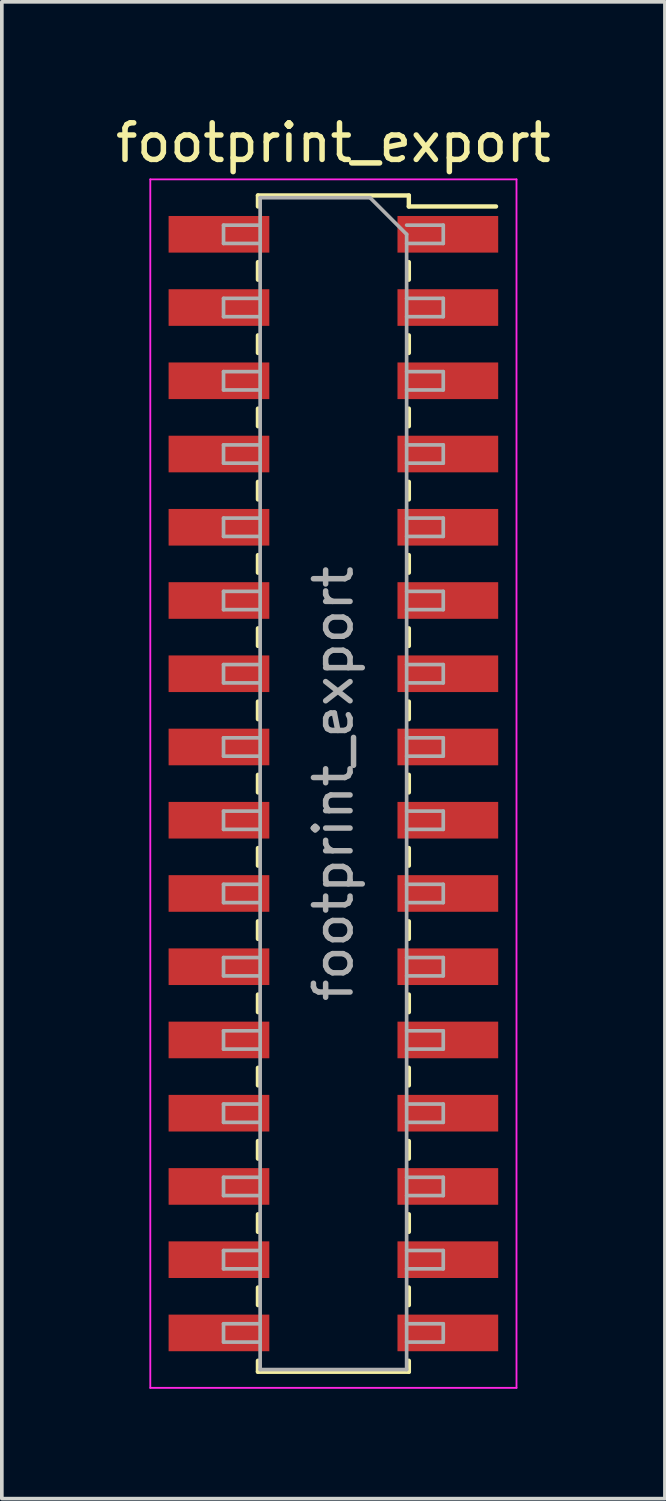
<source format=kicad_pcb>
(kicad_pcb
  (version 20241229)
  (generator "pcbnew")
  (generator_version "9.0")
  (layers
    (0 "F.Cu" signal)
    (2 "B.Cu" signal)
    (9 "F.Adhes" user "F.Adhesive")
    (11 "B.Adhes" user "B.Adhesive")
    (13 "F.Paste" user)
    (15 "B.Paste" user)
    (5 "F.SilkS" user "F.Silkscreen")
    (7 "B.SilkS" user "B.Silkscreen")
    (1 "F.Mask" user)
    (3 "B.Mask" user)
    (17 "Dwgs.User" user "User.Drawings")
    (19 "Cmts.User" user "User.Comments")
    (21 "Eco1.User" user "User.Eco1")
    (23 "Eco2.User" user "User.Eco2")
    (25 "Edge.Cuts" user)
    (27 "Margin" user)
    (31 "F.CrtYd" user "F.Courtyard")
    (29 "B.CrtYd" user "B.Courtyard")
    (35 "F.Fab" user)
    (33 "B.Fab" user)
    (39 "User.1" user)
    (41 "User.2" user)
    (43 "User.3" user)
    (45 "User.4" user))
  (footprint "footprint_export"
    (layer "F.Cu")
    (at 6.054 18.348)
    (property "Reference" "footprint_export" (at 0 -17.5 0) (layer "F.SilkS") (effects (font (size 1 1) (thickness 0.15))))
    (attr smd)
    (fp_line (start -2.06 -16.06) (end -2.06 -15.76) (stroke (width 0.12) (type solid)) (layer "F.SilkS"))
    (fp_line (start -2.06 -16.06) (end 2.06 -16.06) (stroke (width 0.12) (type solid)) (layer "F.SilkS"))
    (fp_line (start -2.06 -14.24) (end -2.06 -13.76) (stroke (width 0.12) (type solid)) (layer "F.SilkS"))
    (fp_line (start -2.06 -12.24) (end -2.06 -11.76) (stroke (width 0.12) (type solid)) (layer "F.SilkS"))
    (fp_line (start -2.06 -10.24) (end -2.06 -9.76) (stroke (width 0.12) (type solid)) (layer "F.SilkS"))
    (fp_line (start -2.06 -8.24) (end -2.06 -7.76) (stroke (width 0.12) (type solid)) (layer "F.SilkS"))
    (fp_line (start -2.06 -6.24) (end -2.06 -5.76) (stroke (width 0.12) (type solid)) (layer "F.SilkS"))
    (fp_line (start -2.06 -4.24) (end -2.06 -3.76) (stroke (width 0.12) (type solid)) (layer "F.SilkS"))
    (fp_line (start -2.06 -2.24) (end -2.06 -1.76) (stroke (width 0.12) (type solid)) (layer "F.SilkS"))
    (fp_line (start -2.06 -0.24) (end -2.06 0.24) (stroke (width 0.12) (type solid)) (layer "F.SilkS"))
    (fp_line (start -2.06 1.76) (end -2.06 2.24) (stroke (width 0.12) (type solid)) (layer "F.SilkS"))
    (fp_line (start -2.06 3.76) (end -2.06 4.24) (stroke (width 0.12) (type solid)) (layer "F.SilkS"))
    (fp_line (start -2.06 5.76) (end -2.06 6.24) (stroke (width 0.12) (type solid)) (layer "F.SilkS"))
    (fp_line (start -2.06 7.76) (end -2.06 8.24) (stroke (width 0.12) (type solid)) (layer "F.SilkS"))
    (fp_line (start -2.06 9.76) (end -2.06 10.24) (stroke (width 0.12) (type solid)) (layer "F.SilkS"))
    (fp_line (start -2.06 11.76) (end -2.06 12.24) (stroke (width 0.12) (type solid)) (layer "F.SilkS"))
    (fp_line (start -2.06 13.76) (end -2.06 14.24) (stroke (width 0.12) (type solid)) (layer "F.SilkS"))
    (fp_line (start -2.06 15.76) (end -2.06 16.06) (stroke (width 0.12) (type solid)) (layer "F.SilkS"))
    (fp_line (start -2.06 16.06) (end 2.06 16.06) (stroke (width 0.12) (type solid)) (layer "F.SilkS"))
    (fp_line (start 2.06 -16.06) (end 2.06 -15.76) (stroke (width 0.12) (type solid)) (layer "F.SilkS"))
    (fp_line (start 2.06 -15.76) (end 4.44 -15.76) (stroke (width 0.12) (type solid)) (layer "F.SilkS"))
    (fp_line (start 2.06 -14.24) (end 2.06 -13.76) (stroke (width 0.12) (type solid)) (layer "F.SilkS"))
    (fp_line (start 2.06 -12.24) (end 2.06 -11.76) (stroke (width 0.12) (type solid)) (layer "F.SilkS"))
    (fp_line (start 2.06 -10.24) (end 2.06 -9.76) (stroke (width 0.12) (type solid)) (layer "F.SilkS"))
    (fp_line (start 2.06 -8.24) (end 2.06 -7.76) (stroke (width 0.12) (type solid)) (layer "F.SilkS"))
    (fp_line (start 2.06 -6.24) (end 2.06 -5.76) (stroke (width 0.12) (type solid)) (layer "F.SilkS"))
    (fp_line (start 2.06 -4.24) (end 2.06 -3.76) (stroke (width 0.12) (type solid)) (layer "F.SilkS"))
    (fp_line (start 2.06 -2.24) (end 2.06 -1.76) (stroke (width 0.12) (type solid)) (layer "F.SilkS"))
    (fp_line (start 2.06 -0.24) (end 2.06 0.24) (stroke (width 0.12) (type solid)) (layer "F.SilkS"))
    (fp_line (start 2.06 1.76) (end 2.06 2.24) (stroke (width 0.12) (type solid)) (layer "F.SilkS"))
    (fp_line (start 2.06 3.76) (end 2.06 4.24) (stroke (width 0.12) (type solid)) (layer "F.SilkS"))
    (fp_line (start 2.06 5.76) (end 2.06 6.24) (stroke (width 0.12) (type solid)) (layer "F.SilkS"))
    (fp_line (start 2.06 7.76) (end 2.06 8.24) (stroke (width 0.12) (type solid)) (layer "F.SilkS"))
    (fp_line (start 2.06 9.76) (end 2.06 10.24) (stroke (width 0.12) (type solid)) (layer "F.SilkS"))
    (fp_line (start 2.06 11.76) (end 2.06 12.24) (stroke (width 0.12) (type solid)) (layer "F.SilkS"))
    (fp_line (start 2.06 13.76) (end 2.06 14.24) (stroke (width 0.12) (type solid)) (layer "F.SilkS"))
    (fp_line (start 2.06 15.76) (end 2.06 16.06) (stroke (width 0.12) (type solid)) (layer "F.SilkS"))
    (fp_line (start -5 -16.5) (end 5 -16.5) (stroke (width 0.05) (type solid)) (layer "F.CrtYd"))
    (fp_line (start -5 16.5) (end -5 -16.5) (stroke (width 0.05) (type solid)) (layer "F.CrtYd"))
    (fp_line (start 5 -16.5) (end 5 16.5) (stroke (width 0.05) (type solid)) (layer "F.CrtYd"))
    (fp_line (start 5 16.5) (end -5 16.5) (stroke (width 0.05) (type solid)) (layer "F.CrtYd"))
    (fp_line (start -3 -15.25) (end -2 -15.25) (stroke (width 0.1) (type solid)) (layer "F.Fab"))
    (fp_line (start -3 -14.75) (end -3 -15.25) (stroke (width 0.1) (type solid)) (layer "F.Fab"))
    (fp_line (start -3 -13.25) (end -2 -13.25) (stroke (width 0.1) (type solid)) (layer "F.Fab"))
    (fp_line (start -3 -12.75) (end -3 -13.25) (stroke (width 0.1) (type solid)) (layer "F.Fab"))
    (fp_line (start -3 -11.25) (end -2 -11.25) (stroke (width 0.1) (type solid)) (layer "F.Fab"))
    (fp_line (start -3 -10.75) (end -3 -11.25) (stroke (width 0.1) (type solid)) (layer "F.Fab"))
    (fp_line (start -3 -9.25) (end -2 -9.25) (stroke (width 0.1) (type solid)) (layer "F.Fab"))
    (fp_line (start -3 -8.75) (end -3 -9.25) (stroke (width 0.1) (type solid)) (layer "F.Fab"))
    (fp_line (start -3 -7.25) (end -2 -7.25) (stroke (width 0.1) (type solid)) (layer "F.Fab"))
    (fp_line (start -3 -6.75) (end -3 -7.25) (stroke (width 0.1) (type solid)) (layer "F.Fab"))
    (fp_line (start -3 -5.25) (end -2 -5.25) (stroke (width 0.1) (type solid)) (layer "F.Fab"))
    (fp_line (start -3 -4.75) (end -3 -5.25) (stroke (width 0.1) (type solid)) (layer "F.Fab"))
    (fp_line (start -3 -3.25) (end -2 -3.25) (stroke (width 0.1) (type solid)) (layer "F.Fab"))
    (fp_line (start -3 -2.75) (end -3 -3.25) (stroke (width 0.1) (type solid)) (layer "F.Fab"))
    (fp_line (start -3 -1.25) (end -2 -1.25) (stroke (width 0.1) (type solid)) (layer "F.Fab"))
    (fp_line (start -3 -0.75) (end -3 -1.25) (stroke (width 0.1) (type solid)) (layer "F.Fab"))
    (fp_line (start -3 0.75) (end -2 0.75) (stroke (width 0.1) (type solid)) (layer "F.Fab"))
    (fp_line (start -3 1.25) (end -3 0.75) (stroke (width 0.1) (type solid)) (layer "F.Fab"))
    (fp_line (start -3 2.75) (end -2 2.75) (stroke (width 0.1) (type solid)) (layer "F.Fab"))
    (fp_line (start -3 3.25) (end -3 2.75) (stroke (width 0.1) (type solid)) (layer "F.Fab"))
    (fp_line (start -3 4.75) (end -2 4.75) (stroke (width 0.1) (type solid)) (layer "F.Fab"))
    (fp_line (start -3 5.25) (end -3 4.75) (stroke (width 0.1) (type solid)) (layer "F.Fab"))
    (fp_line (start -3 6.75) (end -2 6.75) (stroke (width 0.1) (type solid)) (layer "F.Fab"))
    (fp_line (start -3 7.25) (end -3 6.75) (stroke (width 0.1) (type solid)) (layer "F.Fab"))
    (fp_line (start -3 8.75) (end -2 8.75) (stroke (width 0.1) (type solid)) (layer "F.Fab"))
    (fp_line (start -3 9.25) (end -3 8.75) (stroke (width 0.1) (type solid)) (layer "F.Fab"))
    (fp_line (start -3 10.75) (end -2 10.75) (stroke (width 0.1) (type solid)) (layer "F.Fab"))
    (fp_line (start -3 11.25) (end -3 10.75) (stroke (width 0.1) (type solid)) (layer "F.Fab"))
    (fp_line (start -3 12.75) (end -2 12.75) (stroke (width 0.1) (type solid)) (layer "F.Fab"))
    (fp_line (start -3 13.25) (end -3 12.75) (stroke (width 0.1) (type solid)) (layer "F.Fab"))
    (fp_line (start -3 14.75) (end -2 14.75) (stroke (width 0.1) (type solid)) (layer "F.Fab"))
    (fp_line (start -3 15.25) (end -3 14.75) (stroke (width 0.1) (type solid)) (layer "F.Fab"))
    (fp_line (start -2 -16) (end 1 -16) (stroke (width 0.1) (type solid)) (layer "F.Fab"))
    (fp_line (start -2 -14.75) (end -3 -14.75) (stroke (width 0.1) (type solid)) (layer "F.Fab"))
    (fp_line (start -2 -12.75) (end -3 -12.75) (stroke (width 0.1) (type solid)) (layer "F.Fab"))
    (fp_line (start -2 -10.75) (end -3 -10.75) (stroke (width 0.1) (type solid)) (layer "F.Fab"))
    (fp_line (start -2 -8.75) (end -3 -8.75) (stroke (width 0.1) (type solid)) (layer "F.Fab"))
    (fp_line (start -2 -6.75) (end -3 -6.75) (stroke (width 0.1) (type solid)) (layer "F.Fab"))
    (fp_line (start -2 -4.75) (end -3 -4.75) (stroke (width 0.1) (type solid)) (layer "F.Fab"))
    (fp_line (start -2 -2.75) (end -3 -2.75) (stroke (width 0.1) (type solid)) (layer "F.Fab"))
    (fp_line (start -2 -0.75) (end -3 -0.75) (stroke (width 0.1) (type solid)) (layer "F.Fab"))
    (fp_line (start -2 1.25) (end -3 1.25) (stroke (width 0.1) (type solid)) (layer "F.Fab"))
    (fp_line (start -2 3.25) (end -3 3.25) (stroke (width 0.1) (type solid)) (layer "F.Fab"))
    (fp_line (start -2 5.25) (end -3 5.25) (stroke (width 0.1) (type solid)) (layer "F.Fab"))
    (fp_line (start -2 7.25) (end -3 7.25) (stroke (width 0.1) (type solid)) (layer "F.Fab"))
    (fp_line (start -2 9.25) (end -3 9.25) (stroke (width 0.1) (type solid)) (layer "F.Fab"))
    (fp_line (start -2 11.25) (end -3 11.25) (stroke (width 0.1) (type solid)) (layer "F.Fab"))
    (fp_line (start -2 13.25) (end -3 13.25) (stroke (width 0.1) (type solid)) (layer "F.Fab"))
    (fp_line (start -2 15.25) (end -3 15.25) (stroke (width 0.1) (type solid)) (layer "F.Fab"))
    (fp_line (start -2 16) (end -2 -16) (stroke (width 0.1) (type solid)) (layer "F.Fab"))
    (fp_line (start 1 -16) (end 2 -15) (stroke (width 0.1) (type solid)) (layer "F.Fab"))
    (fp_line (start 2 -15.25) (end 3 -15.25) (stroke (width 0.1) (type solid)) (layer "F.Fab"))
    (fp_line (start 2 -15) (end 2 16) (stroke (width 0.1) (type solid)) (layer "F.Fab"))
    (fp_line (start 2 -13.25) (end 3 -13.25) (stroke (width 0.1) (type solid)) (layer "F.Fab"))
    (fp_line (start 2 -11.25) (end 3 -11.25) (stroke (width 0.1) (type solid)) (layer "F.Fab"))
    (fp_line (start 2 -9.25) (end 3 -9.25) (stroke (width 0.1) (type solid)) (layer "F.Fab"))
    (fp_line (start 2 -7.25) (end 3 -7.25) (stroke (width 0.1) (type solid)) (layer "F.Fab"))
    (fp_line (start 2 -5.25) (end 3 -5.25) (stroke (width 0.1) (type solid)) (layer "F.Fab"))
    (fp_line (start 2 -3.25) (end 3 -3.25) (stroke (width 0.1) (type solid)) (layer "F.Fab"))
    (fp_line (start 2 -1.25) (end 3 -1.25) (stroke (width 0.1) (type solid)) (layer "F.Fab"))
    (fp_line (start 2 0.75) (end 3 0.75) (stroke (width 0.1) (type solid)) (layer "F.Fab"))
    (fp_line (start 2 2.75) (end 3 2.75) (stroke (width 0.1) (type solid)) (layer "F.Fab"))
    (fp_line (start 2 4.75) (end 3 4.75) (stroke (width 0.1) (type solid)) (layer "F.Fab"))
    (fp_line (start 2 6.75) (end 3 6.75) (stroke (width 0.1) (type solid)) (layer "F.Fab"))
    (fp_line (start 2 8.75) (end 3 8.75) (stroke (width 0.1) (type solid)) (layer "F.Fab"))
    (fp_line (start 2 10.75) (end 3 10.75) (stroke (width 0.1) (type solid)) (layer "F.Fab"))
    (fp_line (start 2 12.75) (end 3 12.75) (stroke (width 0.1) (type solid)) (layer "F.Fab"))
    (fp_line (start 2 14.75) (end 3 14.75) (stroke (width 0.1) (type solid)) (layer "F.Fab"))
    (fp_line (start 2 16) (end -2 16) (stroke (width 0.1) (type solid)) (layer "F.Fab"))
    (fp_line (start 3 -15.25) (end 3 -14.75) (stroke (width 0.1) (type solid)) (layer "F.Fab"))
    (fp_line (start 3 -14.75) (end 2 -14.75) (stroke (width 0.1) (type solid)) (layer "F.Fab"))
    (fp_line (start 3 -13.25) (end 3 -12.75) (stroke (width 0.1) (type solid)) (layer "F.Fab"))
    (fp_line (start 3 -12.75) (end 2 -12.75) (stroke (width 0.1) (type solid)) (layer "F.Fab"))
    (fp_line (start 3 -11.25) (end 3 -10.75) (stroke (width 0.1) (type solid)) (layer "F.Fab"))
    (fp_line (start 3 -10.75) (end 2 -10.75) (stroke (width 0.1) (type solid)) (layer "F.Fab"))
    (fp_line (start 3 -9.25) (end 3 -8.75) (stroke (width 0.1) (type solid)) (layer "F.Fab"))
    (fp_line (start 3 -8.75) (end 2 -8.75) (stroke (width 0.1) (type solid)) (layer "F.Fab"))
    (fp_line (start 3 -7.25) (end 3 -6.75) (stroke (width 0.1) (type solid)) (layer "F.Fab"))
    (fp_line (start 3 -6.75) (end 2 -6.75) (stroke (width 0.1) (type solid)) (layer "F.Fab"))
    (fp_line (start 3 -5.25) (end 3 -4.75) (stroke (width 0.1) (type solid)) (layer "F.Fab"))
    (fp_line (start 3 -4.75) (end 2 -4.75) (stroke (width 0.1) (type solid)) (layer "F.Fab"))
    (fp_line (start 3 -3.25) (end 3 -2.75) (stroke (width 0.1) (type solid)) (layer "F.Fab"))
    (fp_line (start 3 -2.75) (end 2 -2.75) (stroke (width 0.1) (type solid)) (layer "F.Fab"))
    (fp_line (start 3 -1.25) (end 3 -0.75) (stroke (width 0.1) (type solid)) (layer "F.Fab"))
    (fp_line (start 3 -0.75) (end 2 -0.75) (stroke (width 0.1) (type solid)) (layer "F.Fab"))
    (fp_line (start 3 0.75) (end 3 1.25) (stroke (width 0.1) (type solid)) (layer "F.Fab"))
    (fp_line (start 3 1.25) (end 2 1.25) (stroke (width 0.1) (type solid)) (layer "F.Fab"))
    (fp_line (start 3 2.75) (end 3 3.25) (stroke (width 0.1) (type solid)) (layer "F.Fab"))
    (fp_line (start 3 3.25) (end 2 3.25) (stroke (width 0.1) (type solid)) (layer "F.Fab"))
    (fp_line (start 3 4.75) (end 3 5.25) (stroke (width 0.1) (type solid)) (layer "F.Fab"))
    (fp_line (start 3 5.25) (end 2 5.25) (stroke (width 0.1) (type solid)) (layer "F.Fab"))
    (fp_line (start 3 6.75) (end 3 7.25) (stroke (width 0.1) (type solid)) (layer "F.Fab"))
    (fp_line (start 3 7.25) (end 2 7.25) (stroke (width 0.1) (type solid)) (layer "F.Fab"))
    (fp_line (start 3 8.75) (end 3 9.25) (stroke (width 0.1) (type solid)) (layer "F.Fab"))
    (fp_line (start 3 9.25) (end 2 9.25) (stroke (width 0.1) (type solid)) (layer "F.Fab"))
    (fp_line (start 3 10.75) (end 3 11.25) (stroke (width 0.1) (type solid)) (layer "F.Fab"))
    (fp_line (start 3 11.25) (end 2 11.25) (stroke (width 0.1) (type solid)) (layer "F.Fab"))
    (fp_line (start 3 12.75) (end 3 13.25) (stroke (width 0.1) (type solid)) (layer "F.Fab"))
    (fp_line (start 3 13.25) (end 2 13.25) (stroke (width 0.1) (type solid)) (layer "F.Fab"))
    (fp_line (start 3 14.75) (end 3 15.25) (stroke (width 0.1) (type solid)) (layer "F.Fab"))
    (fp_line (start 3 15.25) (end 2 15.25) (stroke (width 0.1) (type solid)) (layer "F.Fab"))
    (fp_text user "${REFERENCE}" (at 0 0 90) (layer "F.Fab") (effects (font (size 1 1) (thickness 0.15))))
    (pad "1" smd rect (at 3.125 -15) (size 2.75 1) (layers "F.Cu" "F.Mask" "F.Paste"))
    (pad "2" smd rect (at -3.125 -15) (size 2.75 1) (layers "F.Cu" "F.Mask" "F.Paste"))
    (pad "3" smd rect (at 3.125 -13) (size 2.75 1) (layers "F.Cu" "F.Mask" "F.Paste"))
    (pad "4" smd rect (at -3.125 -13) (size 2.75 1) (layers "F.Cu" "F.Mask" "F.Paste"))
    (pad "5" smd rect (at 3.125 -11) (size 2.75 1) (layers "F.Cu" "F.Mask" "F.Paste"))
    (pad "6" smd rect (at -3.125 -11) (size 2.75 1) (layers "F.Cu" "F.Mask" "F.Paste"))
    (pad "7" smd rect (at 3.125 -9) (size 2.75 1) (layers "F.Cu" "F.Mask" "F.Paste"))
    (pad "8" smd rect (at -3.125 -9) (size 2.75 1) (layers "F.Cu" "F.Mask" "F.Paste"))
    (pad "9" smd rect (at 3.125 -7) (size 2.75 1) (layers "F.Cu" "F.Mask" "F.Paste"))
    (pad "10" smd rect (at -3.125 -7) (size 2.75 1) (layers "F.Cu" "F.Mask" "F.Paste"))
    (pad "11" smd rect (at 3.125 -5) (size 2.75 1) (layers "F.Cu" "F.Mask" "F.Paste"))
    (pad "12" smd rect (at -3.125 -5) (size 2.75 1) (layers "F.Cu" "F.Mask" "F.Paste"))
    (pad "13" smd rect (at 3.125 -3) (size 2.75 1) (layers "F.Cu" "F.Mask" "F.Paste"))
    (pad "14" smd rect (at -3.125 -3) (size 2.75 1) (layers "F.Cu" "F.Mask" "F.Paste"))
    (pad "15" smd rect (at 3.125 -1) (size 2.75 1) (layers "F.Cu" "F.Mask" "F.Paste"))
    (pad "16" smd rect (at -3.125 -1) (size 2.75 1) (layers "F.Cu" "F.Mask" "F.Paste"))
    (pad "17" smd rect (at 3.125 1) (size 2.75 1) (layers "F.Cu" "F.Mask" "F.Paste"))
    (pad "18" smd rect (at -3.125 1) (size 2.75 1) (layers "F.Cu" "F.Mask" "F.Paste"))
    (pad "19" smd rect (at 3.125 3) (size 2.75 1) (layers "F.Cu" "F.Mask" "F.Paste"))
    (pad "20" smd rect (at -3.125 3) (size 2.75 1) (layers "F.Cu" "F.Mask" "F.Paste"))
    (pad "21" smd rect (at 3.125 5) (size 2.75 1) (layers "F.Cu" "F.Mask" "F.Paste"))
    (pad "22" smd rect (at -3.125 5) (size 2.75 1) (layers "F.Cu" "F.Mask" "F.Paste"))
    (pad "23" smd rect (at 3.125 7) (size 2.75 1) (layers "F.Cu" "F.Mask" "F.Paste"))
    (pad "24" smd rect (at -3.125 7) (size 2.75 1) (layers "F.Cu" "F.Mask" "F.Paste"))
    (pad "25" smd rect (at 3.125 9) (size 2.75 1) (layers "F.Cu" "F.Mask" "F.Paste"))
    (pad "26" smd rect (at -3.125 9) (size 2.75 1) (layers "F.Cu" "F.Mask" "F.Paste"))
    (pad "27" smd rect (at 3.125 11) (size 2.75 1) (layers "F.Cu" "F.Mask" "F.Paste"))
    (pad "28" smd rect (at -3.125 11) (size 2.75 1) (layers "F.Cu" "F.Mask" "F.Paste"))
    (pad "29" smd rect (at 3.125 13) (size 2.75 1) (layers "F.Cu" "F.Mask" "F.Paste"))
    (pad "30" smd rect (at -3.125 13) (size 2.75 1) (layers "F.Cu" "F.Mask" "F.Paste"))
    (pad "31" smd rect (at 3.125 15) (size 2.75 1) (layers "F.Cu" "F.Mask" "F.Paste"))
    (pad "32" smd rect (at -3.125 15) (size 2.75 1) (layers "F.Cu" "F.Mask" "F.Paste")))
  (gr_rect
    (start -3 -3)
    (end 15.107 37.873)
    (stroke (width 0.1) (type default))
    (fill no)
    (layer "Edge.Cuts")))
</source>
